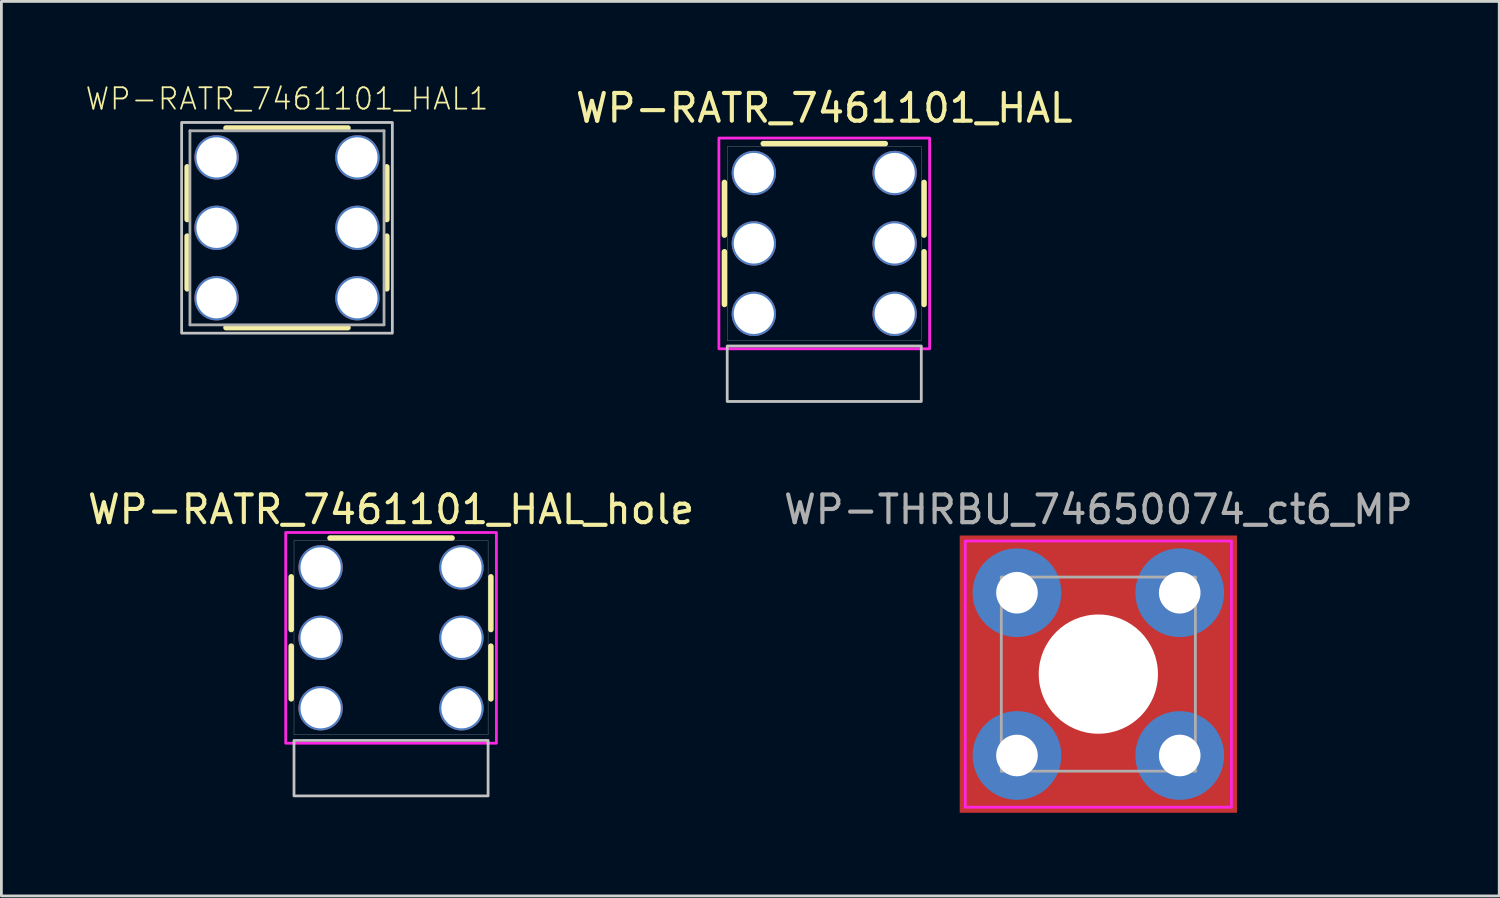
<source format=kicad_pcb>
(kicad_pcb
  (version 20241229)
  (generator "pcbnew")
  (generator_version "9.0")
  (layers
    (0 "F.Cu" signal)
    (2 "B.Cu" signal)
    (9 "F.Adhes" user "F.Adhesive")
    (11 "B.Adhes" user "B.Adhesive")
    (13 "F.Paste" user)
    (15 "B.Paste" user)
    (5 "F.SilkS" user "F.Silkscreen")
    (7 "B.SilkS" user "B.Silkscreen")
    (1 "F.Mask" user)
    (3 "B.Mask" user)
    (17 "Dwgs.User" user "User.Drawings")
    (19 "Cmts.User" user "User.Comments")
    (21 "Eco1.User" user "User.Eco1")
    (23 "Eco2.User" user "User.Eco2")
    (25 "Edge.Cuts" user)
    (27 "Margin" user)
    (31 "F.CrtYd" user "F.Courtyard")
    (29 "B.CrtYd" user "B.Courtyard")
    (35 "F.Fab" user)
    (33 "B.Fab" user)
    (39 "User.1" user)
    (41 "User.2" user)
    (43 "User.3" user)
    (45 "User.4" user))
  (footprint "WP-RATR_7461101_HAL1"
    (layer "F.Cu")
    (at 7.301 5.167)
    (property "Reference" "WP-RATR_7461101_HAL1" (at 0 -4.2 0) (layer "F.SilkS") (effects (font (size 0.772 0.772) (thickness 0.065)) (justify bottom)))
    (attr through_hole)
    (fp_line (start -3.6 -0.3) (end -3.6 -2.2) (stroke (width 0.2) (type solid)) (layer "F.SilkS"))
    (fp_line (start -3.6 2.2) (end -3.6 0.3) (stroke (width 0.2) (type solid)) (layer "F.SilkS"))
    (fp_line (start -2.2 3.6) (end 2.2 3.6) (stroke (width 0.2) (type solid)) (layer "F.SilkS"))
    (fp_line (start 2.2 -3.6) (end -2.2 -3.6) (stroke (width 0.2) (type solid)) (layer "F.SilkS"))
    (fp_line (start 3.6 -2.2) (end 3.6 -0.3) (stroke (width 0.2) (type solid)) (layer "F.SilkS"))
    (fp_line (start 3.6 0.3) (end 3.6 2.2) (stroke (width 0.2) (type solid)) (layer "F.SilkS"))
    (fp_poly (pts (xy 3.8 -3.8) (xy 3.8 3.8) (xy -3.8 3.8) (xy -3.8 -3.8)) (stroke (width 0.1) (type solid)) (fill no) (layer "Dwgs.User"))
    (fp_line (start -3.5 -3.5) (end 3.5 -3.5) (stroke (width 0.1) (type solid)) (layer "F.Fab"))
    (fp_line (start -3.5 3.5) (end -3.5 -3.5) (stroke (width 0.1) (type solid)) (layer "F.Fab"))
    (fp_line (start 3.5 -3.5) (end 3.5 3.5) (stroke (width 0.1) (type solid)) (layer "F.Fab"))
    (fp_line (start 3.5 3.5) (end -3.5 3.5) (stroke (width 0.1) (type solid)) (layer "F.Fab"))
    (pad "1" thru_hole circle (at 2.54 -2.54) (size 1.6 1.6) (drill 1.45) (layers "*.Cu" "*.Mask"))
    (pad "2" thru_hole circle (at 2.54 0) (size 1.6 1.6) (drill 1.45) (layers "*.Cu" "*.Mask"))
    (pad "3" thru_hole circle (at 2.54 2.54) (size 1.6 1.6) (drill 1.45) (layers "*.Cu" "*.Mask"))
    (pad "4" thru_hole circle (at -2.54 2.54 270) (size 1.6 1.6) (drill 1.45) (layers "*.Cu" "*.Mask"))
    (pad "5" thru_hole circle (at -2.54 0) (size 1.6 1.6) (drill 1.45) (layers "*.Cu" "*.Mask"))
    (pad "6" thru_hole circle (at -2.54 -2.54) (size 1.6 1.6) (drill 1.45) (layers "*.Cu" "*.Mask")))
  (footprint "WP-THRBU_74650074_ct6_MP"
    (layer "F.Cu")
    (at 36.565 21.264)
    (property "Reference" "WP-THRBU_74650074_ct6_MP" (at 0 -5.935 0) (layer "F.Fab") (effects (font (size 1 1) (thickness 0.15))))
    (attr through_hole)
    (fp_poly (pts (xy -4.8 -4.8) (xy 4.8 -4.8) (xy 4.8 4.8) (xy -4.8 4.8)) (stroke (width 0.1) (type solid)) (fill no) (layer "F.CrtYd"))
    (fp_line (start -3.5 -3.5) (end 3.5 -3.5) (stroke (width 0.1) (type solid)) (layer "F.Fab"))
    (fp_line (start -3.5 3.5) (end -3.5 -3.5) (stroke (width 0.1) (type solid)) (layer "F.Fab"))
    (fp_line (start 3.5 -3.5) (end 3.5 3.5) (stroke (width 0.1) (type solid)) (layer "F.Fab"))
    (fp_line (start 3.5 3.5) (end -3.5 3.5) (stroke (width 0.1) (type solid)) (layer "F.Fab"))
    (pad "" np_thru_hole circle (at 0 0) (size 4.3 4.3) (drill 4.3) (layers "*.Cu" "*.Mask"))
    (pad "1" thru_hole circle (at -2.935 2.935) (size 3.2 3.2) (drill 1.5) (layers "*.Cu" "*.Mask"))
    (pad "1" smd rect (at 0 0) (size 10 10) (layers "F.Cu" "F.Mask"))
    (pad "2" thru_hole circle (at -2.935 -2.935) (size 3.2 3.2) (drill 1.5) (layers "*.Cu" "*.Mask"))
    (pad "3" thru_hole circle (at 2.935 -2.935) (size 3.2 3.2) (drill 1.5) (layers "*.Cu" "*.Mask"))
    (pad "4" thru_hole circle (at 2.935 2.935) (size 3.2 3.2) (drill 1.5) (layers "*.Cu" "*.Mask")))
  (footprint "WP-RATR_7461101_HAL_hole"
    (layer "F.Cu")
    (at 11.054 23.456)
    (property "Reference" "WP-RATR_7461101_HAL_hole" (at 0 -8.128 0) (layer "F.SilkS") (effects (font (size 1 1) (thickness 0.15))))
    (attr through_hole)
    (fp_line (start -3.6 -3.8) (end -3.6 -5.7) (stroke (width 0.2) (type solid)) (layer "F.SilkS"))
    (fp_line (start -3.6 -1.3) (end -3.6 -3.2) (stroke (width 0.2) (type solid)) (layer "F.SilkS"))
    (fp_line (start 2.2 -7.1) (end -2.2 -7.1) (stroke (width 0.2) (type solid)) (layer "F.SilkS"))
    (fp_line (start 3.6 -5.7) (end 3.6 -3.8) (stroke (width 0.2) (type solid)) (layer "F.SilkS"))
    (fp_line (start 3.6 -3.2) (end 3.6 -1.3) (stroke (width 0.2) (type solid)) (layer "F.SilkS"))
    (fp_poly (pts (xy 3.5 2.2) (xy -3.5 2.2) (xy -3.5 0.2) (xy 3.5 0.2)) (stroke (width 0.1) (type solid)) (fill no) (layer "Dwgs.User"))
    (fp_poly (pts (xy 3.8 -7.3) (xy 3.8 0.3) (xy -3.8 0.3) (xy -3.8 -7.3)) (stroke (width 0.1) (type solid)) (fill no) (layer "F.CrtYd"))
    (fp_line (start -3.5 -7) (end 3.5 -7) (stroke (width 0.01) (type solid)) (layer "F.Fab"))
    (fp_line (start -3.5 0) (end -3.5 -7) (stroke (width 0.01) (type solid)) (layer "F.Fab"))
    (fp_line (start 3.5 -7) (end 3.5 0) (stroke (width 0.01) (type solid)) (layer "F.Fab"))
    (fp_line (start 3.5 0) (end -3.5 0) (stroke (width 0.01) (type solid)) (layer "F.Fab"))
    (pad "1" thru_hole circle (at 2.54 -6.04) (size 1.6 1.6) (drill 1.45) (layers "*.Cu" "*.Mask"))
    (pad "2" thru_hole circle (at 2.54 -3.5) (size 1.6 1.6) (drill 1.45) (layers "*.Cu" "*.Mask"))
    (pad "3" thru_hole circle (at 2.54 -0.96) (size 1.6 1.6) (drill 1.45) (layers "*.Cu" "*.Mask"))
    (pad "4" thru_hole circle (at -2.54 -0.96) (size 1.6 1.6) (drill 1.45) (layers "*.Cu" "*.Mask"))
    (pad "5" thru_hole circle (at -2.54 -3.5) (size 1.6 1.6) (drill 1.45) (layers "*.Cu" "*.Mask"))
    (pad "6" thru_hole circle (at -2.54 -6.04) (size 1.6 1.6) (drill 1.45) (layers "*.Cu" "*.Mask")))
  (footprint "WP-RATR_7461101_HAL"
    (layer "F.Cu")
    (at 26.679 9.23)
    (property "Reference" "WP-RATR_7461101_HAL" (at 0 -8.382 0) (layer "F.SilkS") (effects (font (size 1 1) (thickness 0.15))))
    (attr through_hole)
    (fp_line (start -3.6 -3.8) (end -3.6 -5.7) (stroke (width 0.2) (type solid)) (layer "F.SilkS"))
    (fp_line (start -3.6 -1.3) (end -3.6 -3.2) (stroke (width 0.2) (type solid)) (layer "F.SilkS"))
    (fp_line (start 2.2 -7.1) (end -2.2 -7.1) (stroke (width 0.2) (type solid)) (layer "F.SilkS"))
    (fp_line (start 3.6 -5.7) (end 3.6 -3.8) (stroke (width 0.2) (type solid)) (layer "F.SilkS"))
    (fp_line (start 3.6 -3.2) (end 3.6 -1.3) (stroke (width 0.2) (type solid)) (layer "F.SilkS"))
    (fp_poly (pts (xy 3.5 2.2) (xy -3.5 2.2) (xy -3.5 0.2) (xy 3.5 0.2)) (stroke (width 0.1) (type solid)) (fill no) (layer "Dwgs.User"))
    (fp_poly (pts (xy 3.8 -7.3) (xy 3.8 0.3) (xy -3.8 0.3) (xy -3.8 -7.3)) (stroke (width 0.1) (type solid)) (fill no) (layer "F.CrtYd"))
    (fp_line (start -3.5 -7) (end 3.5 -7) (stroke (width 0.01) (type solid)) (layer "F.Fab"))
    (fp_line (start -3.5 0) (end -3.5 -7) (stroke (width 0.01) (type solid)) (layer "F.Fab"))
    (fp_line (start 3.5 -7) (end 3.5 0) (stroke (width 0.01) (type solid)) (layer "F.Fab"))
    (fp_line (start 3.5 0) (end -3.5 0) (stroke (width 0.01) (type solid)) (layer "F.Fab"))
    (pad "1" thru_hole circle (at 2.54 -6.04) (size 1.6 1.6) (drill 1.45) (layers "*.Cu" "*.Mask"))
    (pad "2" thru_hole circle (at 2.54 -3.5) (size 1.6 1.6) (drill 1.45) (layers "*.Cu" "*.Mask"))
    (pad "3" thru_hole circle (at 2.54 -0.96) (size 1.6 1.6) (drill 1.45) (layers "*.Cu" "*.Mask"))
    (pad "4" thru_hole circle (at -2.54 -0.96) (size 1.6 1.6) (drill 1.45) (layers "*.Cu" "*.Mask"))
    (pad "5" thru_hole circle (at -2.54 -3.5) (size 1.6 1.6) (drill 1.45) (layers "*.Cu" "*.Mask"))
    (pad "6" thru_hole circle (at -2.54 -6.04) (size 1.6 1.6) (drill 1.45) (layers "*.Cu" "*.Mask")))
  (gr_rect
    (start -3 -3)
    (end 51.024 29.264)
    (stroke (width 0.1) (type default))
    (fill no)
    (layer "Edge.Cuts")))
</source>
